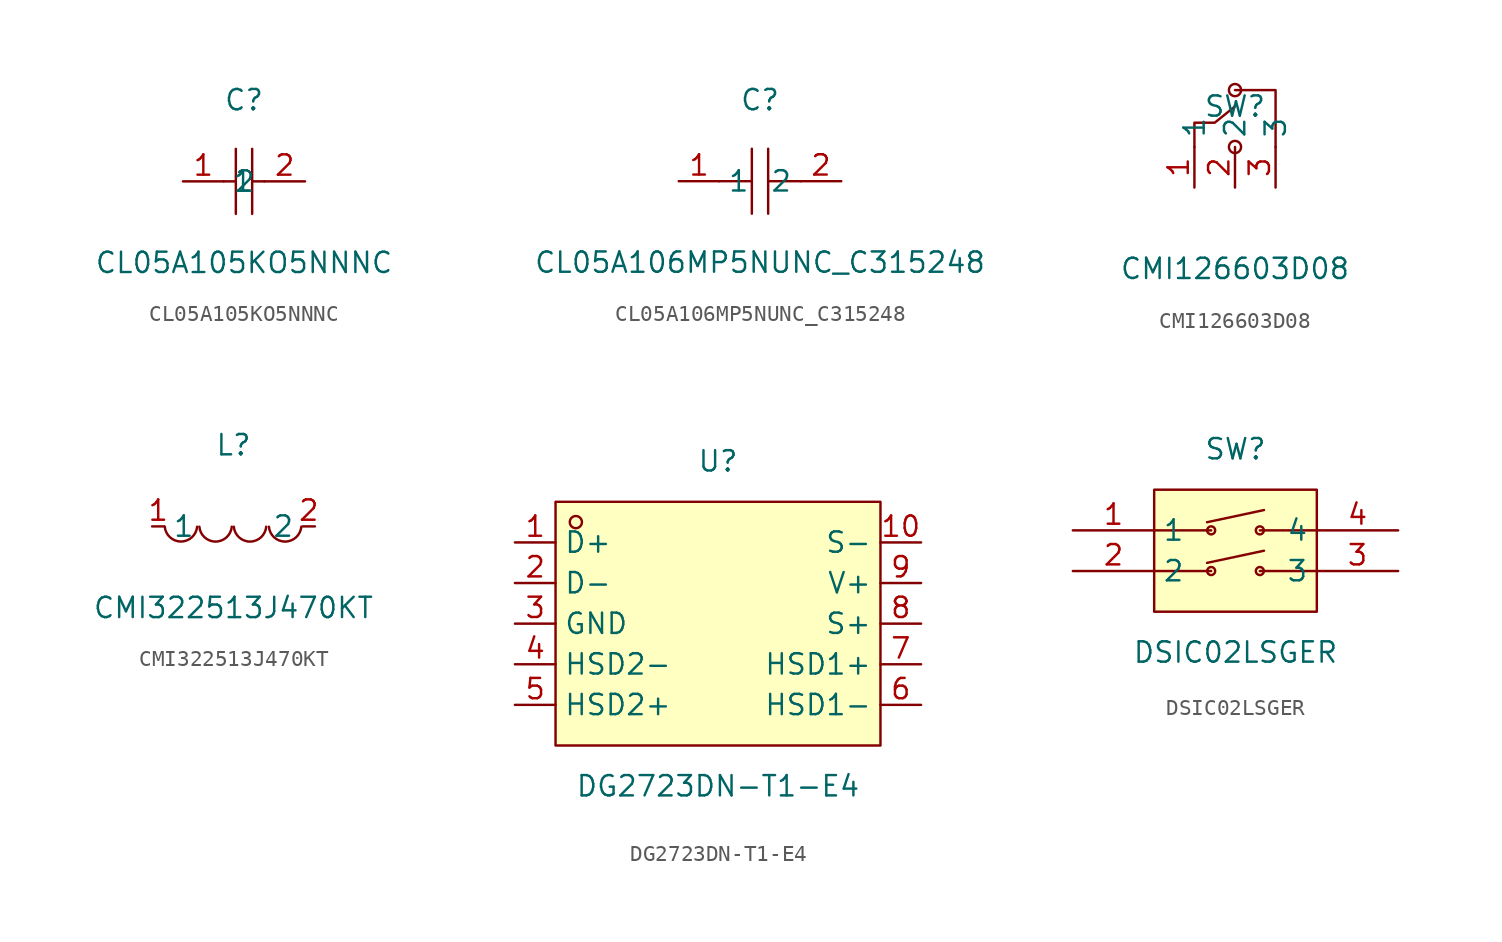
<source format=kicad_sym>
(kicad_symbol_lib
  (version 20241209)
  (generator "kicad_symbol_editor")
  (generator_version "9.0")
  (symbol "CL05A105KO5NNNC"
    (property "Reference" "C"
      (at 0 5.08 0)
      (effects (font (size 1.27 1.27))))
    (property "Value" "CL05A105KO5NNNC"
      (at 0 -5.08 0)
      (effects (font (size 1.27 1.27))))
    (symbol "CL05A105KO5NNNC_0_1"
      (polyline (pts (xy -1.27 0) (xy -0.51 0)) (stroke (width 0) (type default)) (fill (type none)))
      (polyline (pts (xy -0.51 2.03) (xy -0.51 -2.03)) (stroke (width 0) (type default)) (fill (type none)))
      (polyline (pts (xy 0.51 2.03) (xy 0.51 -2.03)) (stroke (width 0) (type default)) (fill (type none)))
      (polyline (pts (xy 0.51 0) (xy 1.27 0)) (stroke (width 0) (type default)) (fill (type none)))
      (pin input line (at -3.81 0 0) (length 2.54) (name "1" (effects (font (size 1.27 1.27)))) (number "1" (effects (font (size 1.27 1.27)))))
      (pin input line (at 3.81 0 180) (length 2.54) (name "2" (effects (font (size 1.27 1.27)))) (number "2" (effects (font (size 1.27 1.27)))))))
  (symbol "CL05A106MP5NUNC_C315248"
    (property "Reference" "C"
      (at 0 5.08 0)
      (effects (font (size 1.27 1.27))))
    (property "Value" "CL05A106MP5NUNC_C315248"
      (at 0 -5.08 0)
      (effects (font (size 1.27 1.27))))
    (symbol "CL05A106MP5NUNC_C315248_0_1"
      (polyline (pts (xy -0.51 0) (xy -2.54 0)) (stroke (width 0) (type default)) (fill (type none)))
      (polyline (pts (xy -0.51 -2.03) (xy -0.51 2.03)) (stroke (width 0) (type default)) (fill (type none)))
      (polyline (pts (xy 0.51 2.03) (xy 0.51 -2.03)) (stroke (width 0) (type default)) (fill (type none)))
      (polyline (pts (xy 2.54 0) (xy 0.51 0)) (stroke (width 0) (type default)) (fill (type none)))
      (pin unspecified line (at -5.08 0 0) (length 2.54) (name "1" (effects (font (size 1.27 1.27)))) (number "1" (effects (font (size 1.27 1.27)))))
      (pin unspecified line (at 5.08 0 180) (length 2.54) (name "2" (effects (font (size 1.27 1.27)))) (number "2" (effects (font (size 1.27 1.27)))))))
  (symbol "CMI126603D08"
    (property "Reference" "SW"
      (at 0 2.54 0)
      (effects (font (size 1.27 1.27))))
    (property "Value" "CMI126603D08"
      (at 0 -7.62 0)
      (effects (font (size 1.27 1.27))))
    (symbol "CMI126603D08_0_1"
      (polyline (pts (xy -2.54 0) (xy -2.54 1.52) (xy -1.27 1.52) (xy 0 2.54)) (stroke (width 0) (type default)) (fill (type none)))
      (circle (center 0 3.56) (radius 0.38) (stroke (width 0) (type default)) (fill (type none)))
      (circle (center 0 0) (radius 0.38) (stroke (width 0) (type default)) (fill (type none)))
      (polyline (pts (xy 2.54 0) (xy 2.54 3.56) (xy 0 3.56)) (stroke (width 0) (type default)) (fill (type none)))
      (pin unspecified line (at -2.54 -2.54 90) (length 2.54) (name "1" (effects (font (size 1.27 1.27)))) (number "1" (effects (font (size 1.27 1.27)))))
      (pin unspecified line (at 0 -2.54 90) (length 2.54) (name "2" (effects (font (size 1.27 1.27)))) (number "2" (effects (font (size 1.27 1.27)))))
      (pin unspecified line (at 2.54 -2.54 90) (length 2.54) (name "3" (effects (font (size 1.27 1.27)))) (number "3" (effects (font (size 1.27 1.27)))))))
  (symbol "CMI322513J470KT"
    (property "Reference" "L"
      (at 0 5.08 0)
      (effects (font (size 1.27 1.27))))
    (property "Value" "CMI322513J470KT"
      (at 0 -5.08 0)
      (effects (font (size 1.27 1.27))))
    (symbol "CMI322513J470KT_0_1"
      (arc (start -2.27 -0.02) (mid -3.28 -0.9427) (end -4.29 -0.02) (stroke (width 0) (type default)) (fill (type none)))
      (arc (start -0.11 -0.02) (mid -1.12 -0.9471) (end -2.13 -0.02) (stroke (width 0) (type default)) (fill (type none)))
      (arc (start 2.04 -0.02) (mid 1.03 -0.9471) (end 0.02 -0.02) (stroke (width 0) (type default)) (fill (type none)))
      (arc (start 4.23 -0.02) (mid 3.22 -0.9471) (end 2.21 -0.02) (stroke (width 0) (type default)) (fill (type none)))
      (pin unspecified line (at -5.08 0 0) (length 0.762) (name "1" (effects (font (size 1.27 1.27)))) (number "1" (effects (font (size 1.27 1.27)))))
      (pin unspecified line (at 5.08 0 180) (length 0.762) (name "2" (effects (font (size 1.27 1.27)))) (number "2" (effects (font (size 1.27 1.27)))))))
  (symbol "DG2723DN-T1-E4"
    (property "Reference" "U"
      (at 0 10.16 0)
      (effects (font (size 1.27 1.27))))
    (property "Value" "DG2723DN-T1-E4"
      (at 0 -10.16 0)
      (effects (font (size 1.27 1.27))))
    (symbol "DG2723DN-T1-E4_0_1"
      (rectangle (start -10.16 7.62) (end 10.16 -7.62) (stroke (width 0) (type default)) (fill (type background)))
      (circle (center -8.89 6.35) (radius 0.38) (stroke (width 0) (type default)) (fill (type none)))
      (pin unspecified line (at -12.7 5.08 0) (length 2.54) (name "D+" (effects (font (size 1.27 1.27)))) (number "1" (effects (font (size 1.27 1.27)))))
      (pin unspecified line (at -12.7 2.54 0) (length 2.54) (name "D-" (effects (font (size 1.27 1.27)))) (number "2" (effects (font (size 1.27 1.27)))))
      (pin unspecified line (at -12.7 0 0) (length 2.54) (name "GND" (effects (font (size 1.27 1.27)))) (number "3" (effects (font (size 1.27 1.27)))))
      (pin unspecified line (at -12.7 -2.54 0) (length 2.54) (name "HSD2-" (effects (font (size 1.27 1.27)))) (number "4" (effects (font (size 1.27 1.27)))))
      (pin unspecified line (at -12.7 -5.08 0) (length 2.54) (name "HSD2+" (effects (font (size 1.27 1.27)))) (number "5" (effects (font (size 1.27 1.27)))))
      (pin unspecified line (at 12.7 5.08 180) (length 2.54) (name "S-" (effects (font (size 1.27 1.27)))) (number "10" (effects (font (size 1.27 1.27)))))
      (pin unspecified line (at 12.7 2.54 180) (length 2.54) (name "V+" (effects (font (size 1.27 1.27)))) (number "9" (effects (font (size 1.27 1.27)))))
      (pin unspecified line (at 12.7 0 180) (length 2.54) (name "S+" (effects (font (size 1.27 1.27)))) (number "8" (effects (font (size 1.27 1.27)))))
      (pin unspecified line (at 12.7 -2.54 180) (length 2.54) (name "HSD1+" (effects (font (size 1.27 1.27)))) (number "7" (effects (font (size 1.27 1.27)))))
      (pin unspecified line (at 12.7 -5.08 180) (length 2.54) (name "HSD1-" (effects (font (size 1.27 1.27)))) (number "6" (effects (font (size 1.27 1.27)))))))
  (symbol "DSIC02LSGER"
    (property "Reference" "SW"
      (at 0 7.62 0)
      (effects (font (size 1.27 1.27))))
    (property "Value" "DSIC02LSGER"
      (at 0 -5.08 0)
      (effects (font (size 1.27 1.27))))
    (symbol "DSIC02LSGER_0_1"
      (rectangle (start -5.08 5.08) (end 5.08 -2.54) (stroke (width 0) (type default)) (fill (type background)))
      (polyline (pts (xy -5.08 2.54) (xy -1.52 2.54)) (stroke (width 0) (type default)) (fill (type none)))
      (polyline (pts (xy -5.08 0) (xy -1.52 0)) (stroke (width 0) (type default)) (fill (type none)))
      (polyline (pts (xy -1.78 3.05) (xy 1.78 3.81)) (stroke (width 0) (type default)) (fill (type none)))
      (polyline (pts (xy -1.78 0.51) (xy 1.78 1.27)) (stroke (width 0) (type default)) (fill (type none)))
      (circle (center -1.52 2.54) (radius 0.25) (stroke (width 0) (type default)) (fill (type none)))
      (circle (center -1.52 0) (radius 0.25) (stroke (width 0) (type default)) (fill (type none)))
      (polyline (pts (xy 1.52 2.54) (xy 5.08 2.54)) (stroke (width 0) (type default)) (fill (type none)))
      (circle (center 1.52 2.54) (radius 0.25) (stroke (width 0) (type default)) (fill (type none)))
      (polyline (pts (xy 1.52 0) (xy 5.08 0)) (stroke (width 0) (type default)) (fill (type none)))
      (circle (center 1.52 0) (radius 0.25) (stroke (width 0) (type default)) (fill (type none)))
      (pin unspecified line (at -10.16 2.54 0) (length 5.08) (name "1" (effects (font (size 1.27 1.27)))) (number "1" (effects (font (size 1.27 1.27)))))
      (pin unspecified line (at -10.16 0 0) (length 5.08) (name "2" (effects (font (size 1.27 1.27)))) (number "2" (effects (font (size 1.27 1.27)))))
      (pin unspecified line (at 10.16 2.54 180) (length 5.08) (name "4" (effects (font (size 1.27 1.27)))) (number "4" (effects (font (size 1.27 1.27)))))
      (pin unspecified line (at 10.16 0 180) (length 5.08) (name "3" (effects (font (size 1.27 1.27)))) (number "3" (effects (font (size 1.27 1.27))))))))
</source>
